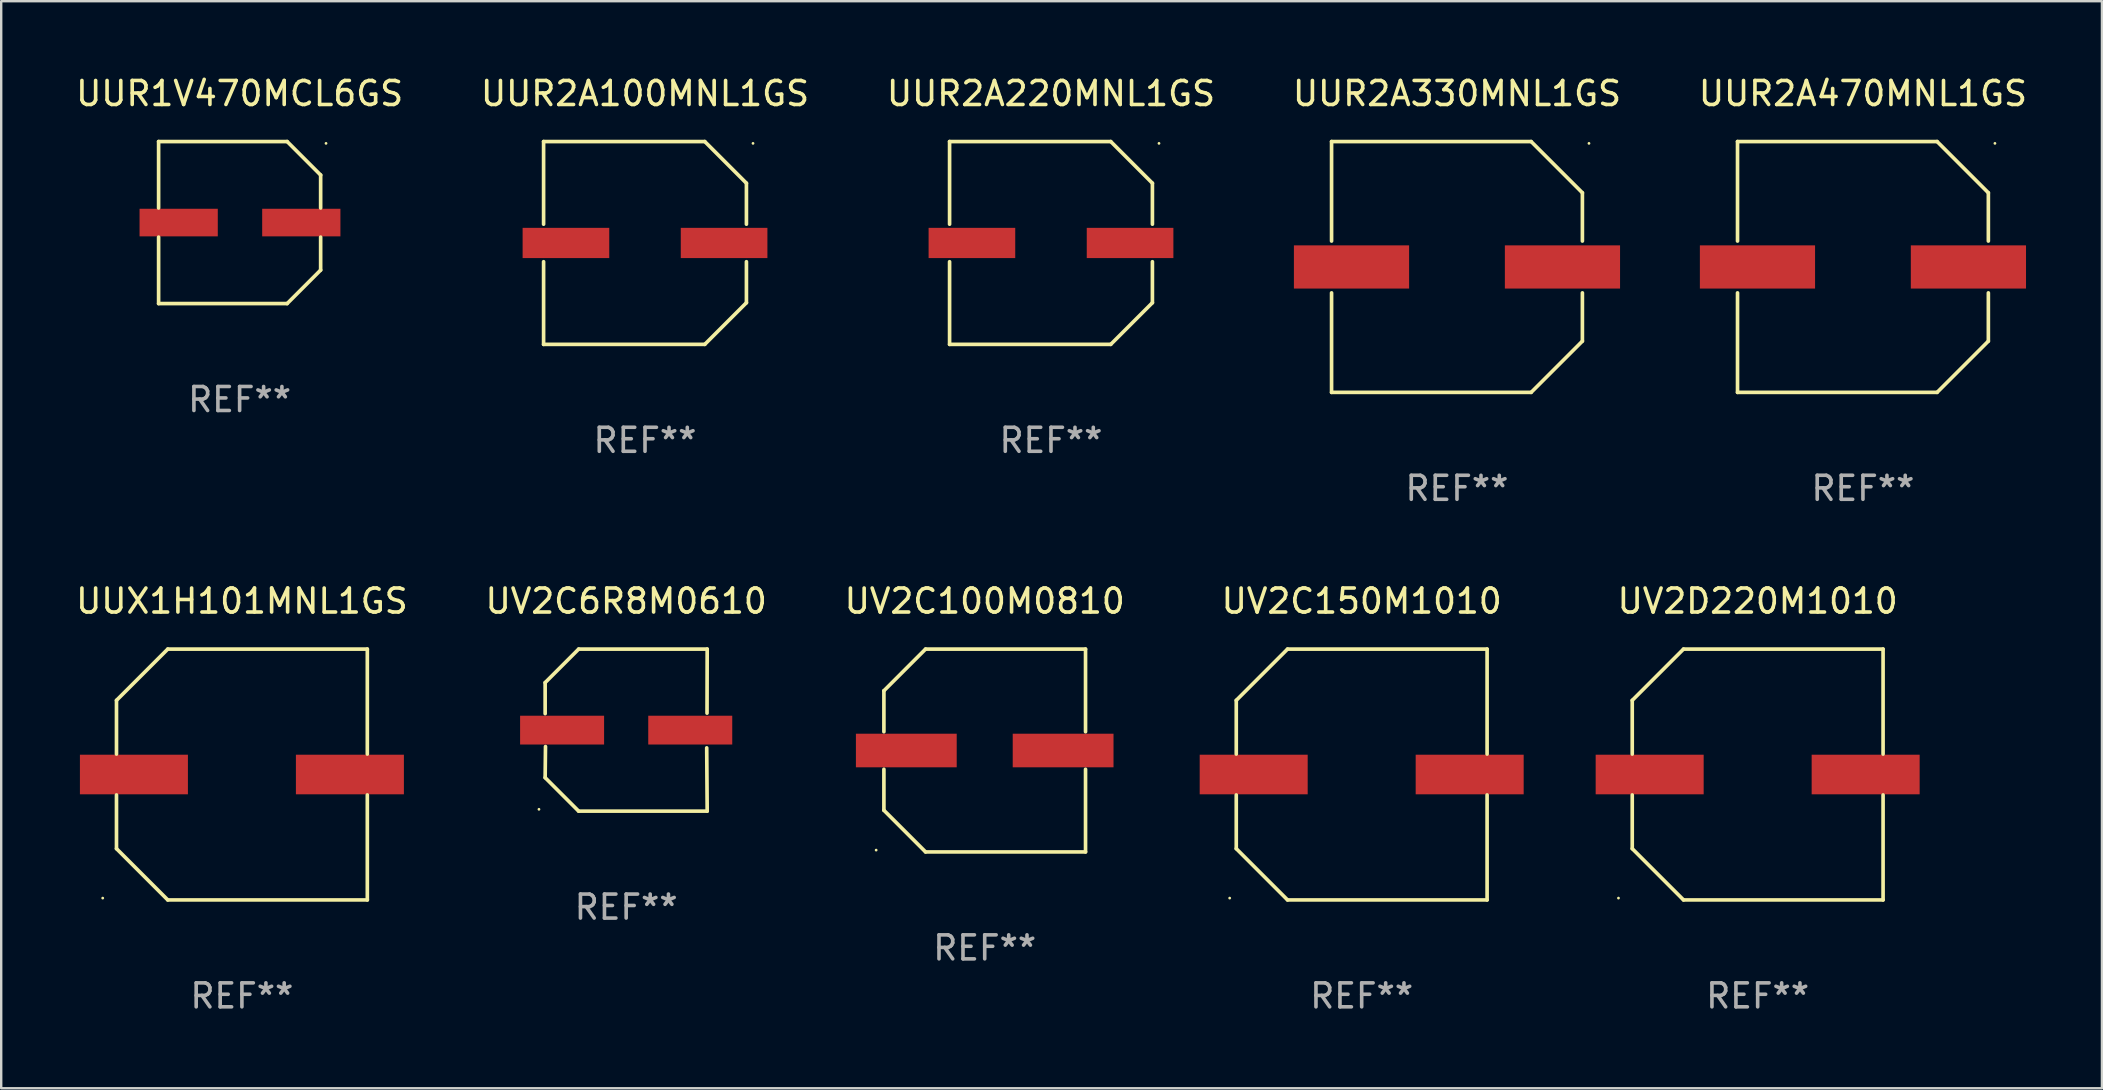
<source format=kicad_pcb>
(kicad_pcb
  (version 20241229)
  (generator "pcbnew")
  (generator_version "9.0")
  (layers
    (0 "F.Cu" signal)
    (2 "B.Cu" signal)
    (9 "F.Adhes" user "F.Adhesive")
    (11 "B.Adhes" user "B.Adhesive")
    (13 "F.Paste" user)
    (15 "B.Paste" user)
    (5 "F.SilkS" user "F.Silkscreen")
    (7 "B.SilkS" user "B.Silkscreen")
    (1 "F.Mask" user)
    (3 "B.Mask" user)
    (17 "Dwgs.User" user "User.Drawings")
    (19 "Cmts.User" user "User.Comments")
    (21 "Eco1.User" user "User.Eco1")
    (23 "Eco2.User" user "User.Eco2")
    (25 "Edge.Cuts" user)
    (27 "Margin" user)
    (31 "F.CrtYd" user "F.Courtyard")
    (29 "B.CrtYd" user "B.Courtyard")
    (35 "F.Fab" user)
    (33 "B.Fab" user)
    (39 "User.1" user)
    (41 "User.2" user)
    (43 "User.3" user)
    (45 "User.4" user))
  (footprint "UUR2A470MNL1GS"
    (layer "F.Cu")
    (at 74.577 8.074)
    (property "Reference" "UUR2A470MNL1GS" (at 0 -7.226 0) (layer "F.SilkS") (effects (font (size 1 1) (thickness 0.15))))
    (attr through_hole)
    (fp_line (start -5.226 -5.226) (end -5.226 -1.08) (stroke (width 0.152) (type solid)) (layer "F.SilkS"))
    (fp_line (start -5.226 -5.226) (end 3.09 -5.226) (stroke (width 0.152) (type solid)) (layer "F.SilkS"))
    (fp_line (start -5.226 1.08) (end -5.226 5.226) (stroke (width 0.152) (type solid)) (layer "F.SilkS"))
    (fp_line (start -5.226 5.226) (end 3.09 5.226) (stroke (width 0.152) (type solid)) (layer "F.SilkS"))
    (fp_line (start 3.09 -5.226) (end 5.226 -3.09) (stroke (width 0.152) (type solid)) (layer "F.SilkS"))
    (fp_line (start 3.09 5.226) (end 5.226 3.09) (stroke (width 0.152) (type solid)) (layer "F.SilkS"))
    (fp_line (start 5.226 -1.08) (end 5.226 -3.09) (stroke (width 0.152) (type solid)) (layer "F.SilkS"))
    (fp_line (start 5.226 3.09) (end 5.226 1.08) (stroke (width 0.152) (type solid)) (layer "F.SilkS"))
    (fp_circle (center 5.5 -5.15) (end 5.53 -5.15) (stroke (width 0.06) (type solid)) (fill no) (layer "F.SilkS"))
    (fp_text user "REF**" (at 0 9.226 0) (layer "F.Fab") (effects (font (size 1 1) (thickness 0.15))))
    (pad "1" smd rect (at 4.395 0 180) (size 4.8 1.8) (layers "F.Cu" "F.Mask" "F.Paste"))
    (pad "2" smd rect (at -4.395 0 180) (size 4.8 1.8) (layers "F.Cu" "F.Mask" "F.Paste")))
  (footprint "UUR2A220MNL1GS"
    (layer "F.Cu")
    (at 40.744 7.074)
    (property "Reference" "UUR2A220MNL1GS" (at 0 -6.226 0) (layer "F.SilkS") (effects (font (size 1 1) (thickness 0.15))))
    (attr through_hole)
    (fp_line (start -4.226 -4.226) (end 2.49 -4.226) (stroke (width 0.152) (type solid)) (layer "F.SilkS"))
    (fp_line (start -4.226 -0.782) (end -4.226 -4.226) (stroke (width 0.152) (type solid)) (layer "F.SilkS"))
    (fp_line (start -4.226 0.782) (end -4.226 4.226) (stroke (width 0.152) (type solid)) (layer "F.SilkS"))
    (fp_line (start -4.226 4.226) (end 2.49 4.226) (stroke (width 0.152) (type solid)) (layer "F.SilkS"))
    (fp_line (start 2.49 -4.226) (end 4.226 -2.49) (stroke (width 0.152) (type solid)) (layer "F.SilkS"))
    (fp_line (start 2.49 4.226) (end 4.226 2.49) (stroke (width 0.152) (type solid)) (layer "F.SilkS"))
    (fp_line (start 4.226 -2.49) (end 4.226 -0.782) (stroke (width 0.152) (type solid)) (layer "F.SilkS"))
    (fp_line (start 4.226 2.49) (end 4.226 0.782) (stroke (width 0.152) (type solid)) (layer "F.SilkS"))
    (fp_circle (center 4.5 -4.15) (end 4.53 -4.15) (stroke (width 0.06) (type solid)) (fill no) (layer "F.SilkS"))
    (fp_text user "REF**" (at 0 8.226 0) (layer "F.Fab") (effects (font (size 1 1) (thickness 0.15))))
    (pad "1" smd rect (at 3.295 0 180) (size 3.61 1.26) (layers "F.Cu" "F.Mask" "F.Paste"))
    (pad "2" smd rect (at -3.295 0 180) (size 3.61 1.26) (layers "F.Cu" "F.Mask" "F.Paste")))
  (footprint "UUX1H101MNL1GS"
    (layer "F.Cu")
    (at 7.03 29.223)
    (property "Reference" "UUX1H101MNL1GS" (at 0 -7.226 0) (layer "F.SilkS") (effects (font (size 1 1) (thickness 0.15))))
    (attr through_hole)
    (fp_line (start -5.226 -3.09) (end -5.226 -0.852) (stroke (width 0.152) (type solid)) (layer "F.SilkS"))
    (fp_line (start -5.226 3.09) (end -5.226 0.852) (stroke (width 0.152) (type solid)) (layer "F.SilkS"))
    (fp_line (start -3.09 -5.226) (end -5.226 -3.09) (stroke (width 0.152) (type solid)) (layer "F.SilkS"))
    (fp_line (start -3.09 5.226) (end -5.226 3.09) (stroke (width 0.152) (type solid)) (layer "F.SilkS"))
    (fp_line (start 5.226 -5.226) (end -3.09 -5.226) (stroke (width 0.152) (type solid)) (layer "F.SilkS"))
    (fp_line (start 5.226 -0.852) (end 5.226 -5.226) (stroke (width 0.152) (type solid)) (layer "F.SilkS"))
    (fp_line (start 5.226 0.852) (end 5.226 5.226) (stroke (width 0.152) (type solid)) (layer "F.SilkS"))
    (fp_line (start 5.226 5.226) (end -3.09 5.226) (stroke (width 0.152) (type solid)) (layer "F.SilkS"))
    (fp_circle (center -5.8 5.15) (end -5.77 5.15) (stroke (width 0.06) (type solid)) (fill no) (layer "F.SilkS"))
    (fp_text user "REF**" (at 0 9.226 0) (layer "F.Fab") (effects (font (size 1 1) (thickness 0.15))))
    (pad "1" smd rect (at -4.5 0) (size 4.5 1.65) (layers "F.Cu" "F.Mask" "F.Paste"))
    (pad "2" smd rect (at 4.5 0) (size 4.5 1.65) (layers "F.Cu" "F.Mask" "F.Paste")))
  (footprint "UV2D220M1010"
    (layer "F.Cu")
    (at 70.19 29.223)
    (property "Reference" "UV2D220M1010" (at 0 -7.226 0) (layer "F.SilkS") (effects (font (size 1 1) (thickness 0.15))))
    (attr through_hole)
    (fp_line (start -5.226 -3.09) (end -5.226 -0.852) (stroke (width 0.152) (type solid)) (layer "F.SilkS"))
    (fp_line (start -5.226 3.09) (end -5.226 0.852) (stroke (width 0.152) (type solid)) (layer "F.SilkS"))
    (fp_line (start -3.09 -5.226) (end -5.226 -3.09) (stroke (width 0.152) (type solid)) (layer "F.SilkS"))
    (fp_line (start -3.09 5.226) (end -5.226 3.09) (stroke (width 0.152) (type solid)) (layer "F.SilkS"))
    (fp_line (start 5.226 -5.226) (end -3.09 -5.226) (stroke (width 0.152) (type solid)) (layer "F.SilkS"))
    (fp_line (start 5.226 -0.852) (end 5.226 -5.226) (stroke (width 0.152) (type solid)) (layer "F.SilkS"))
    (fp_line (start 5.226 0.852) (end 5.226 5.226) (stroke (width 0.152) (type solid)) (layer "F.SilkS"))
    (fp_line (start 5.226 5.226) (end -3.09 5.226) (stroke (width 0.152) (type solid)) (layer "F.SilkS"))
    (fp_circle (center -5.8 5.15) (end -5.77 5.15) (stroke (width 0.06) (type solid)) (fill no) (layer "F.SilkS"))
    (fp_text user "REF**" (at 0 9.226 0) (layer "F.Fab") (effects (font (size 1 1) (thickness 0.15))))
    (pad "1" smd rect (at -4.5 0) (size 4.5 1.65) (layers "F.Cu" "F.Mask" "F.Paste"))
    (pad "2" smd rect (at 4.5 0) (size 4.5 1.65) (layers "F.Cu" "F.Mask" "F.Paste")))
  (footprint "UUR2A330MNL1GS"
    (layer "F.Cu")
    (at 57.661 8.074)
    (property "Reference" "UUR2A330MNL1GS" (at 0 -7.226 0) (layer "F.SilkS") (effects (font (size 1 1) (thickness 0.15))))
    (attr through_hole)
    (fp_line (start -5.226 -5.226) (end -5.226 -1.08) (stroke (width 0.152) (type solid)) (layer "F.SilkS"))
    (fp_line (start -5.226 -5.226) (end 3.09 -5.226) (stroke (width 0.152) (type solid)) (layer "F.SilkS"))
    (fp_line (start -5.226 1.08) (end -5.226 5.226) (stroke (width 0.152) (type solid)) (layer "F.SilkS"))
    (fp_line (start -5.226 5.226) (end 3.09 5.226) (stroke (width 0.152) (type solid)) (layer "F.SilkS"))
    (fp_line (start 3.09 -5.226) (end 5.226 -3.09) (stroke (width 0.152) (type solid)) (layer "F.SilkS"))
    (fp_line (start 3.09 5.226) (end 5.226 3.09) (stroke (width 0.152) (type solid)) (layer "F.SilkS"))
    (fp_line (start 5.226 -1.08) (end 5.226 -3.09) (stroke (width 0.152) (type solid)) (layer "F.SilkS"))
    (fp_line (start 5.226 3.09) (end 5.226 1.08) (stroke (width 0.152) (type solid)) (layer "F.SilkS"))
    (fp_circle (center 5.5 -5.15) (end 5.53 -5.15) (stroke (width 0.06) (type solid)) (fill no) (layer "F.SilkS"))
    (fp_text user "REF**" (at 0 9.226 0) (layer "F.Fab") (effects (font (size 1 1) (thickness 0.15))))
    (pad "1" smd rect (at 4.395 0 180) (size 4.8 1.8) (layers "F.Cu" "F.Mask" "F.Paste"))
    (pad "2" smd rect (at -4.395 0 180) (size 4.8 1.8) (layers "F.Cu" "F.Mask" "F.Paste")))
  (footprint "UUR1V470MCL6GS"
    (layer "F.Cu")
    (at 6.935 6.224)
    (property "Reference" "UUR1V470MCL6GS" (at 0 -5.376 0) (layer "F.SilkS") (effects (font (size 1 1) (thickness 0.15))))
    (attr through_hole)
    (fp_line (start -3.376 -3.376) (end 1.98 -3.376) (stroke (width 0.152) (type solid)) (layer "F.SilkS"))
    (fp_line (start -3.376 -0.607) (end -3.376 -3.376) (stroke (width 0.152) (type solid)) (layer "F.SilkS"))
    (fp_line (start -3.376 0.607) (end -3.376 3.376) (stroke (width 0.152) (type solid)) (layer "F.SilkS"))
    (fp_line (start -3.376 3.376) (end 1.98 3.376) (stroke (width 0.152) (type solid)) (layer "F.SilkS"))
    (fp_line (start 1.98 -3.376) (end 3.376 -1.98) (stroke (width 0.152) (type solid)) (layer "F.SilkS"))
    (fp_line (start 1.98 3.376) (end 3.376 1.98) (stroke (width 0.152) (type solid)) (layer "F.SilkS"))
    (fp_line (start 3.376 -1.98) (end 3.376 -0.607) (stroke (width 0.152) (type solid)) (layer "F.SilkS"))
    (fp_line (start 3.376 1.98) (end 3.376 0.607) (stroke (width 0.152) (type solid)) (layer "F.SilkS"))
    (fp_circle (center 3.6 -3.3) (end 3.63 -3.3) (stroke (width 0.06) (type solid)) (fill no) (layer "F.SilkS"))
    (fp_text user "REF**" (at 0 7.376 0) (layer "F.Fab") (effects (font (size 1 1) (thickness 0.15))))
    (pad "1" smd rect (at 2.57 0 180) (size 3.26 1.15) (layers "F.Cu" "F.Mask" "F.Paste"))
    (pad "2" smd rect (at -2.54 0 180) (size 3.26 1.15) (layers "F.Cu" "F.Mask" "F.Paste")))
  (footprint "UUR2A100MNL1GS"
    (layer "F.Cu")
    (at 23.827 7.074)
    (property "Reference" "UUR2A100MNL1GS" (at 0 -6.226 0) (layer "F.SilkS") (effects (font (size 1 1) (thickness 0.15))))
    (attr through_hole)
    (fp_line (start -4.226 -4.226) (end 2.49 -4.226) (stroke (width 0.152) (type solid)) (layer "F.SilkS"))
    (fp_line (start -4.226 -0.782) (end -4.226 -4.226) (stroke (width 0.152) (type solid)) (layer "F.SilkS"))
    (fp_line (start -4.226 0.782) (end -4.226 4.226) (stroke (width 0.152) (type solid)) (layer "F.SilkS"))
    (fp_line (start -4.226 4.226) (end 2.49 4.226) (stroke (width 0.152) (type solid)) (layer "F.SilkS"))
    (fp_line (start 2.49 -4.226) (end 4.226 -2.49) (stroke (width 0.152) (type solid)) (layer "F.SilkS"))
    (fp_line (start 2.49 4.226) (end 4.226 2.49) (stroke (width 0.152) (type solid)) (layer "F.SilkS"))
    (fp_line (start 4.226 -2.49) (end 4.226 -0.782) (stroke (width 0.152) (type solid)) (layer "F.SilkS"))
    (fp_line (start 4.226 2.49) (end 4.226 0.782) (stroke (width 0.152) (type solid)) (layer "F.SilkS"))
    (fp_circle (center 4.5 -4.15) (end 4.53 -4.15) (stroke (width 0.06) (type solid)) (fill no) (layer "F.SilkS"))
    (fp_text user "REF**" (at 0 8.226 0) (layer "F.Fab") (effects (font (size 1 1) (thickness 0.15))))
    (pad "1" smd rect (at 3.295 0 180) (size 3.61 1.26) (layers "F.Cu" "F.Mask" "F.Paste"))
    (pad "2" smd rect (at -3.295 0 180) (size 3.61 1.26) (layers "F.Cu" "F.Mask" "F.Paste")))
  (footprint "UV2C100M0810"
    (layer "F.Cu")
    (at 37.982 28.223)
    (property "Reference" "UV2C100M0810" (at 0 -6.226 0) (layer "F.SilkS") (effects (font (size 1 1) (thickness 0.15))))
    (attr through_hole)
    (fp_line (start -4.201 -2.49) (end -4.201 -0.782) (stroke (width 0.152) (type solid)) (layer "F.SilkS"))
    (fp_line (start -4.201 2.49) (end -4.201 0.782) (stroke (width 0.152) (type solid)) (layer "F.SilkS"))
    (fp_line (start -2.465 -4.226) (end -4.201 -2.49) (stroke (width 0.152) (type solid)) (layer "F.SilkS"))
    (fp_line (start -2.465 4.226) (end -4.201 2.49) (stroke (width 0.152) (type solid)) (layer "F.SilkS"))
    (fp_line (start 4.201 -4.226) (end -2.465 -4.226) (stroke (width 0.152) (type solid)) (layer "F.SilkS"))
    (fp_line (start 4.201 -0.782) (end 4.201 -4.226) (stroke (width 0.152) (type solid)) (layer "F.SilkS"))
    (fp_line (start 4.201 0.782) (end 4.201 4.226) (stroke (width 0.152) (type solid)) (layer "F.SilkS"))
    (fp_line (start 4.201 4.226) (end -2.465 4.226) (stroke (width 0.152) (type solid)) (layer "F.SilkS"))
    (fp_circle (center -4.524 4.15) (end -4.494 4.15) (stroke (width 0.06) (type solid)) (fill no) (layer "F.SilkS"))
    (fp_text user "REF**" (at 0 8.226 0) (layer "F.Fab") (effects (font (size 1 1) (thickness 0.15))))
    (pad "1" smd rect (at -3.267 0) (size 4.2 1.4) (layers "F.Cu" "F.Mask" "F.Paste"))
    (pad "2" smd rect (at 3.267 0) (size 4.2 1.4) (layers "F.Cu" "F.Mask" "F.Paste")))
  (footprint "UV2C150M1010"
    (layer "F.Cu")
    (at 53.69 29.223)
    (property "Reference" "UV2C150M1010" (at 0 -7.226 0) (layer "F.SilkS") (effects (font (size 1 1) (thickness 0.15))))
    (attr through_hole)
    (fp_line (start -5.226 -3.09) (end -5.226 -0.852) (stroke (width 0.152) (type solid)) (layer "F.SilkS"))
    (fp_line (start -5.226 3.09) (end -5.226 0.852) (stroke (width 0.152) (type solid)) (layer "F.SilkS"))
    (fp_line (start -3.09 -5.226) (end -5.226 -3.09) (stroke (width 0.152) (type solid)) (layer "F.SilkS"))
    (fp_line (start -3.09 5.226) (end -5.226 3.09) (stroke (width 0.152) (type solid)) (layer "F.SilkS"))
    (fp_line (start 5.226 -5.226) (end -3.09 -5.226) (stroke (width 0.152) (type solid)) (layer "F.SilkS"))
    (fp_line (start 5.226 -0.852) (end 5.226 -5.226) (stroke (width 0.152) (type solid)) (layer "F.SilkS"))
    (fp_line (start 5.226 0.852) (end 5.226 5.226) (stroke (width 0.152) (type solid)) (layer "F.SilkS"))
    (fp_line (start 5.226 5.226) (end -3.09 5.226) (stroke (width 0.152) (type solid)) (layer "F.SilkS"))
    (fp_circle (center -5.5 5.15) (end -5.47 5.15) (stroke (width 0.06) (type solid)) (fill no) (layer "F.SilkS"))
    (fp_text user "REF**" (at 0 9.226 0) (layer "F.Fab") (effects (font (size 1 1) (thickness 0.15))))
    (pad "1" smd rect (at -4.5 -0.000025) (size 4.5 1.65) (layers "F.Cu" "F.Mask" "F.Paste"))
    (pad "2" smd rect (at 4.5 -0.000025) (size 4.5 1.65) (layers "F.Cu" "F.Mask" "F.Paste")))
  (footprint "UV2C6R8M0610"
    (layer "F.Cu")
    (at 23.042 27.373)
    (property "Reference" "UV2C6R8M0610" (at 0 -5.376 0) (layer "F.SilkS") (effects (font (size 1 1) (thickness 0.15))))
    (attr through_hole)
    (fp_line (start -3.376 -1.98) (end -3.376 -0.686) (stroke (width 0.152) (type solid)) (layer "F.SilkS"))
    (fp_line (start -3.376 1.981) (end -3.362 0.686) (stroke (width 0.152) (type solid)) (layer "F.SilkS"))
    (fp_line (start -1.981 3.376) (end -3.376 1.981) (stroke (width 0.152) (type solid)) (layer "F.SilkS"))
    (fp_line (start -1.98 -3.376) (end -3.376 -1.98) (stroke (width 0.152) (type solid)) (layer "F.SilkS"))
    (fp_line (start 3.356 0.74) (end 3.376 3.376) (stroke (width 0.152) (type solid)) (layer "F.SilkS"))
    (fp_line (start 3.369 -0.707) (end 3.376 -3.376) (stroke (width 0.152) (type solid)) (layer "F.SilkS"))
    (fp_line (start 3.376 3.376) (end -1.981 3.376) (stroke (width 0.152) (type solid)) (layer "F.SilkS"))
    (fp_line (start 3.376 -3.376) (end -1.98 -3.376) (stroke (width 0.152) (type solid)) (layer "F.SilkS"))
    (fp_circle (center -3.634 3.3) (end -3.604 3.3) (stroke (width 0.06) (type solid)) (fill no) (layer "F.SilkS"))
    (fp_text user "REF**" (at 0 7.376 0) (layer "F.Fab") (effects (font (size 1 1) (thickness 0.15))))
    (pad "1" smd rect (at -2.67 0.000254) (size 3.5 1.2) (layers "F.Cu" "F.Mask" "F.Paste"))
    (pad "2" smd rect (at 2.67 0.000254) (size 3.5 1.2) (layers "F.Cu" "F.Mask" "F.Paste")))
  (gr_rect
    (start -3 -3)
    (end 84.536 42.298)
    (stroke (width 0.1) (type default))
    (fill no)
    (layer "Edge.Cuts")))
</source>
